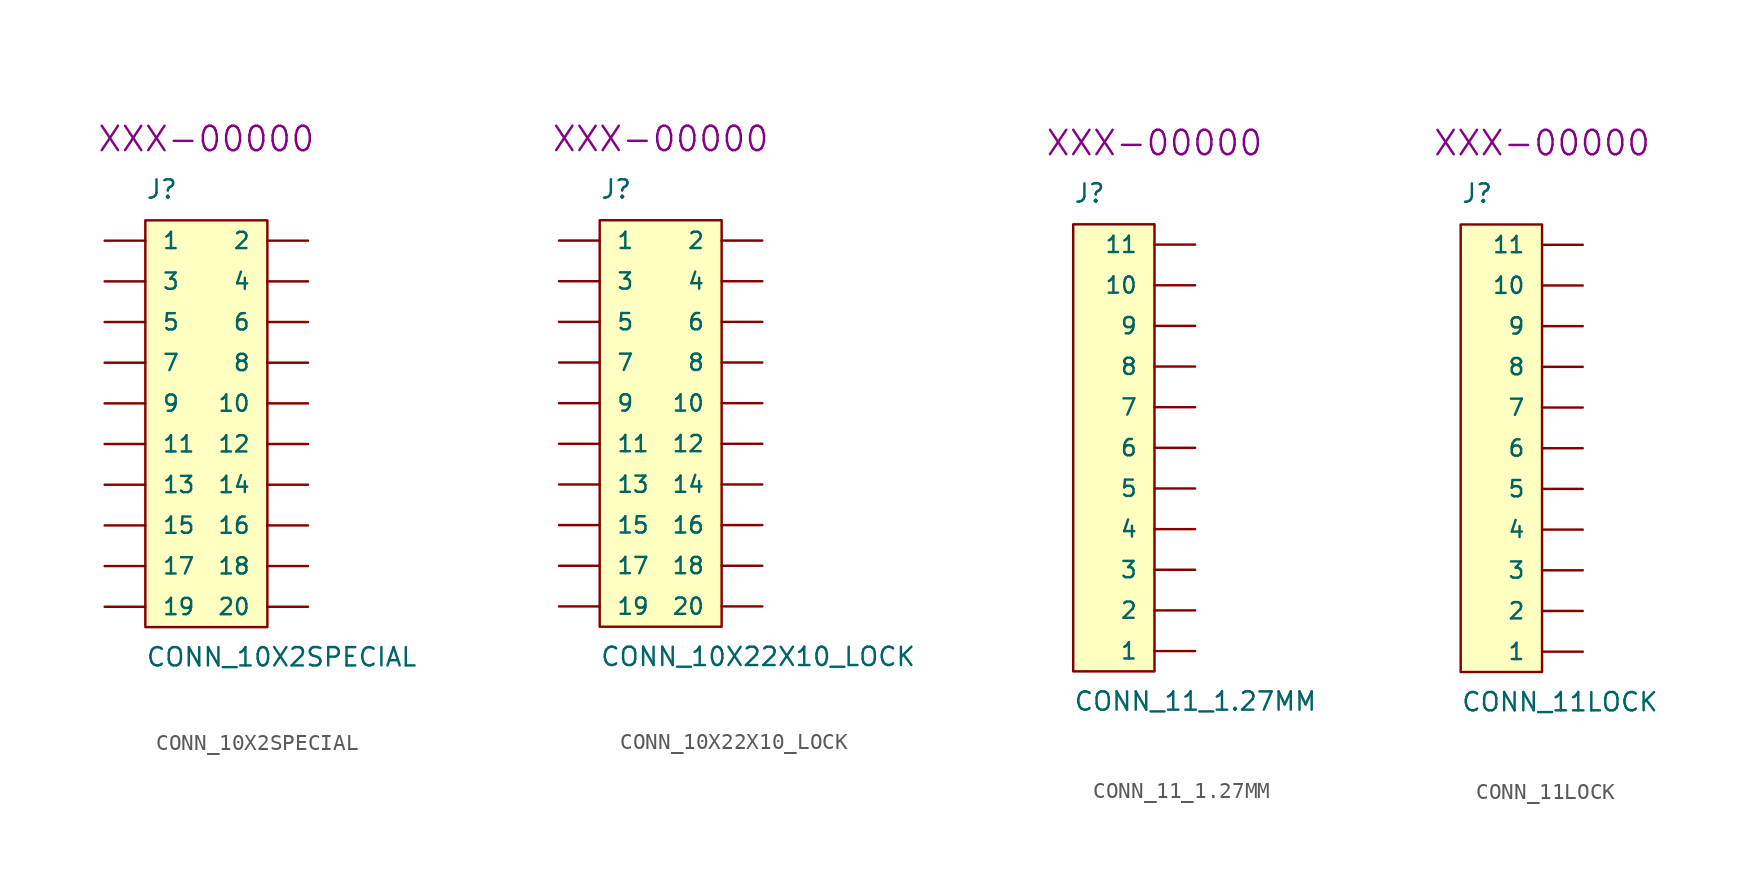
<source format=kicad_sym>
(kicad_symbol_lib
  (version 20220914)
  (generator kicad_symbol_editor)
  (symbol "CONN_10X2SPECIAL"
    (pin_numbers hide)
    (pin_names
      (offset 1.016))
    (property "Reference" "J"
      (at -3.81 13.97 0)
      (effects (font (size 1.143 1.143)) (justify left bottom)))
    (property "Value" "CONN_10X2SPECIAL"
      (at -3.81 -15.24 0)
      (effects (font (size 1.143 1.143)) (justify left bottom)))
    (property "Field4" "XXX-00000"
      (at 0 17.78 0)
      (effects (font (size 1.524 1.524))))
    (property "ki_locked" ""
      (at 0 0 0)
      (effects (font (size 1.27 1.27))))
    (symbol "CONN_10X2SPECIAL_0_1"
      (rectangle (start 3.81 -12.7) (end -3.81 12.7) (stroke (width 0) (type solid)) (fill (type background))))
    (symbol "CONN_10X2SPECIAL_1_1"
      (pin passive line (at -6.35 11.43 0) (length 2.54) (name "1" (effects (font (size 1.016 1.016)))) (number "1" (effects (font (size 1.016 1.016)))))
      (pin passive line (at 6.35 1.27 180) (length 2.54) (name "10" (effects (font (size 1.016 1.016)))) (number "10" (effects (font (size 1.016 1.016)))))
      (pin passive line (at -6.35 -1.27 0) (length 2.54) (name "11" (effects (font (size 1.016 1.016)))) (number "11" (effects (font (size 1.016 1.016)))))
      (pin passive line (at 6.35 -1.27 180) (length 2.54) (name "12" (effects (font (size 1.016 1.016)))) (number "12" (effects (font (size 1.016 1.016)))))
      (pin passive line (at -6.35 -3.81 0) (length 2.54) (name "13" (effects (font (size 1.016 1.016)))) (number "13" (effects (font (size 1.016 1.016)))))
      (pin passive line (at 6.35 -3.81 180) (length 2.54) (name "14" (effects (font (size 1.016 1.016)))) (number "14" (effects (font (size 1.016 1.016)))))
      (pin passive line (at -6.35 -6.35 0) (length 2.54) (name "15" (effects (font (size 1.016 1.016)))) (number "15" (effects (font (size 1.016 1.016)))))
      (pin passive line (at 6.35 -6.35 180) (length 2.54) (name "16" (effects (font (size 1.016 1.016)))) (number "16" (effects (font (size 1.016 1.016)))))
      (pin passive line (at -6.35 -8.89 0) (length 2.54) (name "17" (effects (font (size 1.016 1.016)))) (number "17" (effects (font (size 1.016 1.016)))))
      (pin passive line (at 6.35 -8.89 180) (length 2.54) (name "18" (effects (font (size 1.016 1.016)))) (number "18" (effects (font (size 1.016 1.016)))))
      (pin passive line (at -6.35 -11.43 0) (length 2.54) (name "19" (effects (font (size 1.016 1.016)))) (number "19" (effects (font (size 1.016 1.016)))))
      (pin passive line (at 6.35 11.43 180) (length 2.54) (name "2" (effects (font (size 1.016 1.016)))) (number "2" (effects (font (size 1.016 1.016)))))
      (pin passive line (at 6.35 -11.43 180) (length 2.54) (name "20" (effects (font (size 1.016 1.016)))) (number "20" (effects (font (size 1.016 1.016)))))
      (pin passive line (at -6.35 8.89 0) (length 2.54) (name "3" (effects (font (size 1.016 1.016)))) (number "3" (effects (font (size 1.016 1.016)))))
      (pin passive line (at 6.35 8.89 180) (length 2.54) (name "4" (effects (font (size 1.016 1.016)))) (number "4" (effects (font (size 1.016 1.016)))))
      (pin passive line (at -6.35 6.35 0) (length 2.54) (name "5" (effects (font (size 1.016 1.016)))) (number "5" (effects (font (size 1.016 1.016)))))
      (pin passive line (at 6.35 6.35 180) (length 2.54) (name "6" (effects (font (size 1.016 1.016)))) (number "6" (effects (font (size 1.016 1.016)))))
      (pin passive line (at -6.35 3.81 0) (length 2.54) (name "7" (effects (font (size 1.016 1.016)))) (number "7" (effects (font (size 1.016 1.016)))))
      (pin passive line (at 6.35 3.81 180) (length 2.54) (name "8" (effects (font (size 1.016 1.016)))) (number "8" (effects (font (size 1.016 1.016)))))
      (pin passive line (at -6.35 1.27 0) (length 2.54) (name "9" (effects (font (size 1.016 1.016)))) (number "9" (effects (font (size 1.016 1.016)))))))
  (symbol "CONN_10X22X10_LOCK"
    (pin_numbers hide)
    (pin_names
      (offset 1.016))
    (property "Reference" "J"
      (at -3.81 13.97 0)
      (effects (font (size 1.143 1.143)) (justify left bottom)))
    (property "Value" "CONN_10X22X10_LOCK"
      (at -3.81 -15.24 0)
      (effects (font (size 1.143 1.143)) (justify left bottom)))
    (property "Field4" "XXX-00000"
      (at 0 17.78 0)
      (effects (font (size 1.524 1.524))))
    (property "ki_locked" ""
      (at 0 0 0)
      (effects (font (size 1.27 1.27))))
    (symbol "CONN_10X22X10_LOCK_0_1"
      (rectangle (start 3.81 -12.7) (end -3.81 12.7) (stroke (width 0) (type solid)) (fill (type background))))
    (symbol "CONN_10X22X10_LOCK_1_1"
      (pin passive line (at -6.35 11.43 0) (length 2.54) (name "1" (effects (font (size 1.016 1.016)))) (number "1" (effects (font (size 1.016 1.016)))))
      (pin passive line (at 6.35 1.27 180) (length 2.54) (name "10" (effects (font (size 1.016 1.016)))) (number "10" (effects (font (size 1.016 1.016)))))
      (pin passive line (at -6.35 -1.27 0) (length 2.54) (name "11" (effects (font (size 1.016 1.016)))) (number "11" (effects (font (size 1.016 1.016)))))
      (pin passive line (at 6.35 -1.27 180) (length 2.54) (name "12" (effects (font (size 1.016 1.016)))) (number "12" (effects (font (size 1.016 1.016)))))
      (pin passive line (at -6.35 -3.81 0) (length 2.54) (name "13" (effects (font (size 1.016 1.016)))) (number "13" (effects (font (size 1.016 1.016)))))
      (pin passive line (at 6.35 -3.81 180) (length 2.54) (name "14" (effects (font (size 1.016 1.016)))) (number "14" (effects (font (size 1.016 1.016)))))
      (pin passive line (at -6.35 -6.35 0) (length 2.54) (name "15" (effects (font (size 1.016 1.016)))) (number "15" (effects (font (size 1.016 1.016)))))
      (pin passive line (at 6.35 -6.35 180) (length 2.54) (name "16" (effects (font (size 1.016 1.016)))) (number "16" (effects (font (size 1.016 1.016)))))
      (pin passive line (at -6.35 -8.89 0) (length 2.54) (name "17" (effects (font (size 1.016 1.016)))) (number "17" (effects (font (size 1.016 1.016)))))
      (pin passive line (at 6.35 -8.89 180) (length 2.54) (name "18" (effects (font (size 1.016 1.016)))) (number "18" (effects (font (size 1.016 1.016)))))
      (pin passive line (at -6.35 -11.43 0) (length 2.54) (name "19" (effects (font (size 1.016 1.016)))) (number "19" (effects (font (size 1.016 1.016)))))
      (pin passive line (at 6.35 11.43 180) (length 2.54) (name "2" (effects (font (size 1.016 1.016)))) (number "2" (effects (font (size 1.016 1.016)))))
      (pin passive line (at 6.35 -11.43 180) (length 2.54) (name "20" (effects (font (size 1.016 1.016)))) (number "20" (effects (font (size 1.016 1.016)))))
      (pin passive line (at -6.35 8.89 0) (length 2.54) (name "3" (effects (font (size 1.016 1.016)))) (number "3" (effects (font (size 1.016 1.016)))))
      (pin passive line (at 6.35 8.89 180) (length 2.54) (name "4" (effects (font (size 1.016 1.016)))) (number "4" (effects (font (size 1.016 1.016)))))
      (pin passive line (at -6.35 6.35 0) (length 2.54) (name "5" (effects (font (size 1.016 1.016)))) (number "5" (effects (font (size 1.016 1.016)))))
      (pin passive line (at 6.35 6.35 180) (length 2.54) (name "6" (effects (font (size 1.016 1.016)))) (number "6" (effects (font (size 1.016 1.016)))))
      (pin passive line (at -6.35 3.81 0) (length 2.54) (name "7" (effects (font (size 1.016 1.016)))) (number "7" (effects (font (size 1.016 1.016)))))
      (pin passive line (at 6.35 3.81 180) (length 2.54) (name "8" (effects (font (size 1.016 1.016)))) (number "8" (effects (font (size 1.016 1.016)))))
      (pin passive line (at -6.35 1.27 0) (length 2.54) (name "9" (effects (font (size 1.016 1.016)))) (number "9" (effects (font (size 1.016 1.016)))))))
  (symbol "CONN_11_1.27MM"
    (pin_numbers hide)
    (pin_names
      (offset 1.016))
    (property "Reference" "J"
      (at -5.08 27.94 0)
      (effects (font (size 1.143 1.143)) (justify left bottom)))
    (property "Value" "CONN_11_1.27MM"
      (at -5.08 -3.81 0)
      (effects (font (size 1.143 1.143)) (justify left bottom)))
    (property "Field4" "XXX-00000"
      (at 0 31.75 0)
      (effects (font (size 1.524 1.524))))
    (property "ki_locked" ""
      (at 0 0 0)
      (effects (font (size 1.27 1.27))))
    (symbol "CONN_11_1.27MM_0_1"
      (rectangle (start 0 -1.27) (end -5.08 26.67) (stroke (width 0) (type solid)) (fill (type background))))
    (symbol "CONN_11_1.27MM_1_1"
      (pin passive line (at 2.54 0 180) (length 2.54) (name "1" (effects (font (size 1.016 1.016)))) (number "1" (effects (font (size 1.016 1.016)))))
      (pin passive line (at 2.54 22.86 180) (length 2.54) (name "10" (effects (font (size 1.016 1.016)))) (number "10" (effects (font (size 1.016 1.016)))))
      (pin passive line (at 2.54 25.4 180) (length 2.54) (name "11" (effects (font (size 1.016 1.016)))) (number "11" (effects (font (size 1.016 1.016)))))
      (pin passive line (at 2.54 2.54 180) (length 2.54) (name "2" (effects (font (size 1.016 1.016)))) (number "2" (effects (font (size 1.016 1.016)))))
      (pin passive line (at 2.54 5.08 180) (length 2.54) (name "3" (effects (font (size 1.016 1.016)))) (number "3" (effects (font (size 1.016 1.016)))))
      (pin passive line (at 2.54 7.62 180) (length 2.54) (name "4" (effects (font (size 1.016 1.016)))) (number "4" (effects (font (size 1.016 1.016)))))
      (pin passive line (at 2.54 10.16 180) (length 2.54) (name "5" (effects (font (size 1.016 1.016)))) (number "5" (effects (font (size 1.016 1.016)))))
      (pin passive line (at 2.54 12.7 180) (length 2.54) (name "6" (effects (font (size 1.016 1.016)))) (number "6" (effects (font (size 1.016 1.016)))))
      (pin passive line (at 2.54 15.24 180) (length 2.54) (name "7" (effects (font (size 1.016 1.016)))) (number "7" (effects (font (size 1.016 1.016)))))
      (pin passive line (at 2.54 17.78 180) (length 2.54) (name "8" (effects (font (size 1.016 1.016)))) (number "8" (effects (font (size 1.016 1.016)))))
      (pin passive line (at 2.54 20.32 180) (length 2.54) (name "9" (effects (font (size 1.016 1.016)))) (number "9" (effects (font (size 1.016 1.016)))))))
  (symbol "CONN_11LOCK"
    (pin_numbers hide)
    (pin_names
      (offset 1.016))
    (property "Reference" "J"
      (at -5.08 27.94 0)
      (effects (font (size 1.143 1.143)) (justify left bottom)))
    (property "Value" "CONN_11LOCK"
      (at -5.08 -3.81 0)
      (effects (font (size 1.143 1.143)) (justify left bottom)))
    (property "Field4" "XXX-00000"
      (at 0 31.75 0)
      (effects (font (size 1.524 1.524))))
    (property "ki_locked" ""
      (at 0 0 0)
      (effects (font (size 1.27 1.27))))
    (symbol "CONN_11LOCK_0_1"
      (rectangle (start 0 -1.27) (end -5.08 26.67) (stroke (width 0) (type solid)) (fill (type background))))
    (symbol "CONN_11LOCK_1_1"
      (pin passive line (at 2.54 0 180) (length 2.54) (name "1" (effects (font (size 1.016 1.016)))) (number "1" (effects (font (size 1.016 1.016)))))
      (pin passive line (at 2.54 22.86 180) (length 2.54) (name "10" (effects (font (size 1.016 1.016)))) (number "10" (effects (font (size 1.016 1.016)))))
      (pin passive line (at 2.54 25.4 180) (length 2.54) (name "11" (effects (font (size 1.016 1.016)))) (number "11" (effects (font (size 1.016 1.016)))))
      (pin passive line (at 2.54 2.54 180) (length 2.54) (name "2" (effects (font (size 1.016 1.016)))) (number "2" (effects (font (size 1.016 1.016)))))
      (pin passive line (at 2.54 5.08 180) (length 2.54) (name "3" (effects (font (size 1.016 1.016)))) (number "3" (effects (font (size 1.016 1.016)))))
      (pin passive line (at 2.54 7.62 180) (length 2.54) (name "4" (effects (font (size 1.016 1.016)))) (number "4" (effects (font (size 1.016 1.016)))))
      (pin passive line (at 2.54 10.16 180) (length 2.54) (name "5" (effects (font (size 1.016 1.016)))) (number "5" (effects (font (size 1.016 1.016)))))
      (pin passive line (at 2.54 12.7 180) (length 2.54) (name "6" (effects (font (size 1.016 1.016)))) (number "6" (effects (font (size 1.016 1.016)))))
      (pin passive line (at 2.54 15.24 180) (length 2.54) (name "7" (effects (font (size 1.016 1.016)))) (number "7" (effects (font (size 1.016 1.016)))))
      (pin passive line (at 2.54 17.78 180) (length 2.54) (name "8" (effects (font (size 1.016 1.016)))) (number "8" (effects (font (size 1.016 1.016)))))
      (pin passive line (at 2.54 20.32 180) (length 2.54) (name "9" (effects (font (size 1.016 1.016)))) (number "9" (effects (font (size 1.016 1.016))))))))
</source>
